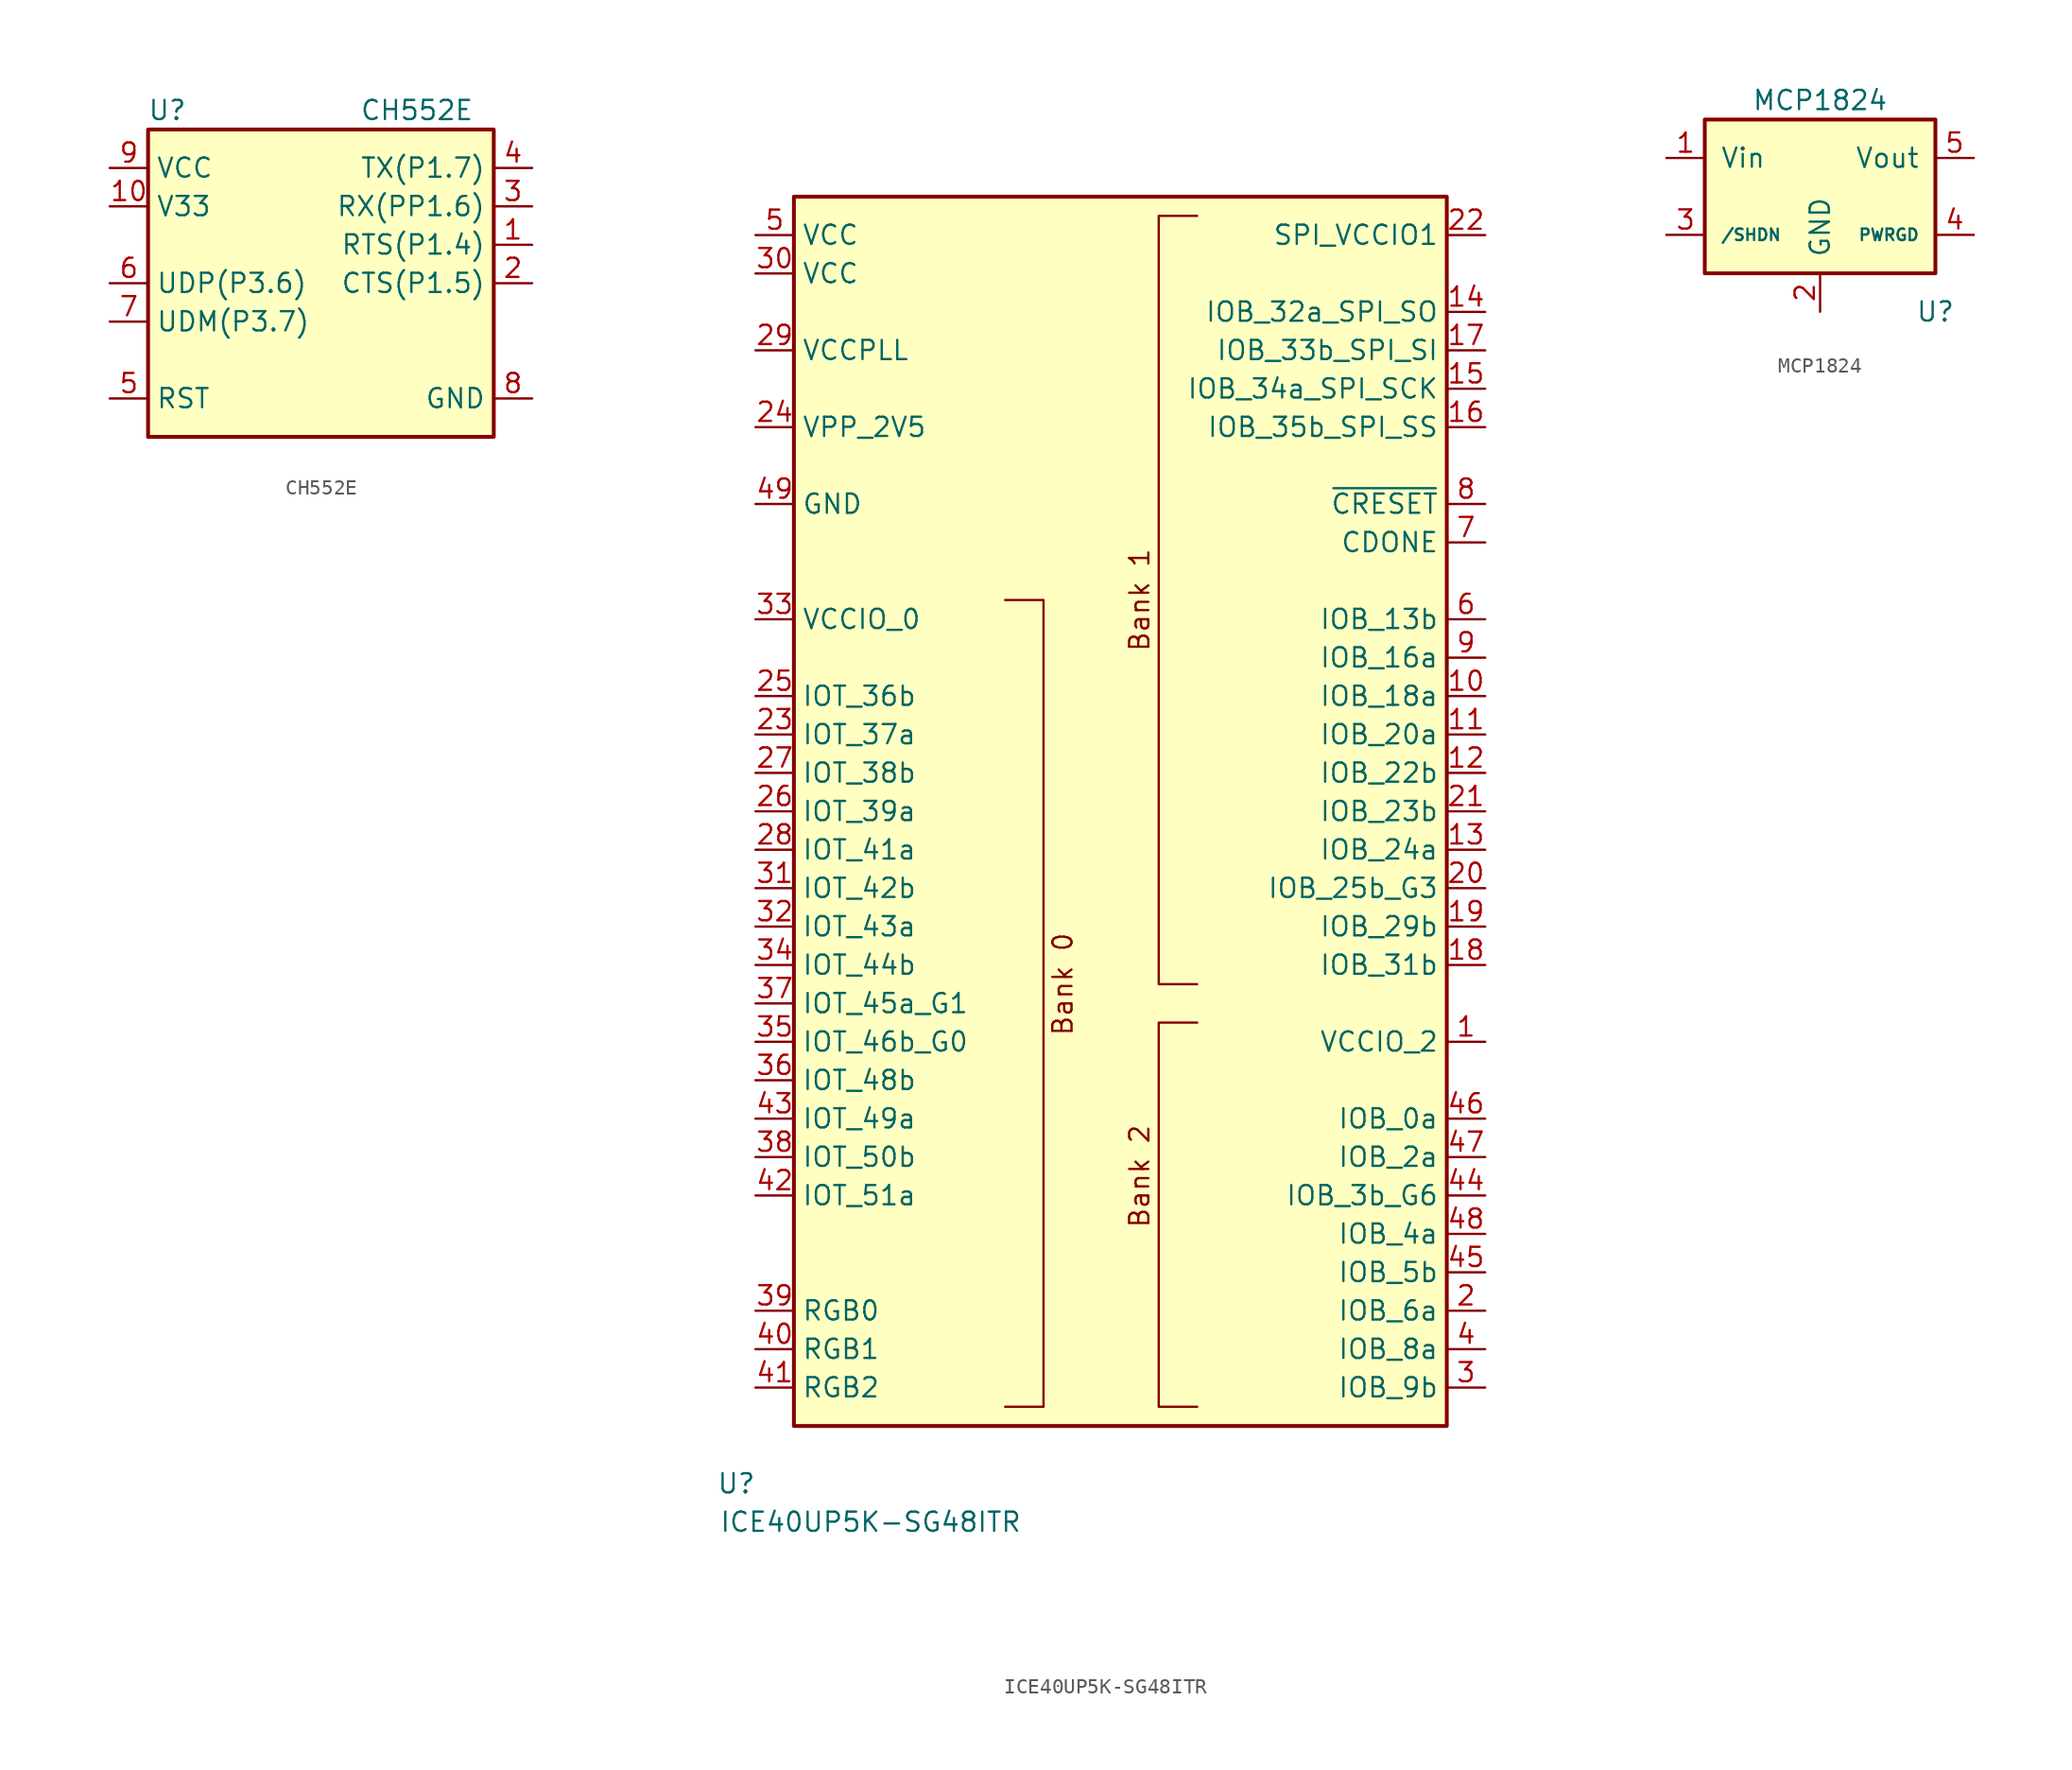
<source format=kicad_sym>
(kicad_symbol_lib
  (version 20211014)
  (generator kicad_symbol_editor)
  (symbol "CH552E"
    (property "Reference" "U"
      (at -8.89 3.81 0)
      (effects (font (size 1.27 1.27))))
    (property "Value" "CH552E"
      (at 7.62 3.81 0)
      (effects (font (size 1.27 1.27))))
    (symbol "CH552E_0_1"
      (rectangle (start -10.16 2.54) (end 12.7 -17.78) (stroke (width 0.254) (type default) (color 0 0 0 0)) (fill (type background))))
    (symbol "CH552E_1_1"
      (pin output line (at 15.24 -5.08 180) (length 2.54) (name "RTS(P1.4)" (effects (font (size 1.27 1.27)))) (number "1" (effects (font (size 1.27 1.27)))))
      (pin passive line (at -12.7 -2.54 0) (length 2.54) (name "V33" (effects (font (size 1.27 1.27)))) (number "10" (effects (font (size 1.27 1.27)))))
      (pin input line (at 15.24 -7.62 180) (length 2.54) (name "CTS(P1.5)" (effects (font (size 1.27 1.27)))) (number "2" (effects (font (size 1.27 1.27)))))
      (pin input line (at 15.24 -2.54 180) (length 2.54) (name "RX(PP1.6)" (effects (font (size 1.27 1.27)))) (number "3" (effects (font (size 1.27 1.27)))))
      (pin output line (at 15.24 0 180) (length 2.54) (name "TX(P1.7)" (effects (font (size 1.27 1.27)))) (number "4" (effects (font (size 1.27 1.27)))))
      (pin bidirectional line (at -12.7 -15.24 0) (length 2.54) (name "RST" (effects (font (size 1.27 1.27)))) (number "5" (effects (font (size 1.27 1.27)))))
      (pin bidirectional line (at -12.7 -7.62 0) (length 2.54) (name "UDP(P3.6)" (effects (font (size 1.27 1.27)))) (number "6" (effects (font (size 1.27 1.27)))))
      (pin bidirectional line (at -12.7 -10.16 0) (length 2.54) (name "UDM(P3.7)" (effects (font (size 1.27 1.27)))) (number "7" (effects (font (size 1.27 1.27)))))
      (pin power_in line (at 15.24 -15.24 180) (length 2.54) (name "GND" (effects (font (size 1.27 1.27)))) (number "8" (effects (font (size 1.27 1.27)))))
      (pin power_in line (at -12.7 0 0) (length 2.54) (name "VCC" (effects (font (size 1.27 1.27)))) (number "9" (effects (font (size 1.27 1.27)))))))
  (symbol "ICE40UP5K-SG48ITR"
    (property "Reference" "U"
      (at -24.13 -44.45 0)
      (effects (font (size 1.27 1.27))))
    (property "Value" "ICE40UP5K-SG48ITR"
      (at -15.24 -46.99 0)
      (effects (font (size 1.27 1.27))))
    (symbol "ICE40UP5K-SG48ITR_0_0"
      (polyline (pts (xy -6.35 13.97) (xy -3.81 13.97) (xy -3.81 -39.37) (xy -6.35 -39.37)) (stroke (width 0) (type default) (color 0 0 0 0)) (fill (type none)))
      (polyline (pts (xy 6.35 -39.37) (xy 3.81 -39.37) (xy 3.81 -13.97) (xy 6.35 -13.97)) (stroke (width 0) (type default) (color 0 0 0 0)) (fill (type none)))
      (polyline (pts (xy 6.35 -11.43) (xy 3.81 -11.43) (xy 3.81 39.37) (xy 6.35 39.37)) (stroke (width 0) (type default) (color 0 0 0 0)) (fill (type none)))
      (text "Bank 0" (at -2.54 -11.43 900) (effects (font (size 1.27 1.27))))
      (text "Bank 1" (at 2.54 13.97 900) (effects (font (size 1.27 1.27))))
      (text "Bank 2" (at 2.54 -24.13 900) (effects (font (size 1.27 1.27)))))
    (symbol "ICE40UP5K-SG48ITR_1_1"
      (rectangle (start -20.32 40.64) (end 22.86 -40.64) (stroke (width 0.254) (type default) (color 0 0 0 0)) (fill (type background)))
      (pin power_in line (at 25.4 -15.24 180) (length 2.54) (name "VCCIO_2" (effects (font (size 1.27 1.27)))) (number "1" (effects (font (size 1.27 1.27)))))
      (pin bidirectional line (at 25.4 7.62 180) (length 2.54) (name "IOB_18a" (effects (font (size 1.27 1.27)))) (number "10" (effects (font (size 1.27 1.27)))))
      (pin bidirectional line (at 25.4 5.08 180) (length 2.54) (name "IOB_20a" (effects (font (size 1.27 1.27)))) (number "11" (effects (font (size 1.27 1.27)))))
      (pin bidirectional line (at 25.4 2.54 180) (length 2.54) (name "IOB_22b" (effects (font (size 1.27 1.27)))) (number "12" (effects (font (size 1.27 1.27)))))
      (pin bidirectional line (at 25.4 -2.54 180) (length 2.54) (name "IOB_24a" (effects (font (size 1.27 1.27)))) (number "13" (effects (font (size 1.27 1.27)))))
      (pin bidirectional line (at 25.4 33.02 180) (length 2.54) (name "IOB_32a_SPI_SO" (effects (font (size 1.27 1.27)))) (number "14" (effects (font (size 1.27 1.27)))))
      (pin bidirectional line (at 25.4 27.94 180) (length 2.54) (name "IOB_34a_SPI_SCK" (effects (font (size 1.27 1.27)))) (number "15" (effects (font (size 1.27 1.27)))))
      (pin bidirectional line (at 25.4 25.4 180) (length 2.54) (name "IOB_35b_SPI_SS" (effects (font (size 1.27 1.27)))) (number "16" (effects (font (size 1.27 1.27)))))
      (pin bidirectional line (at 25.4 30.48 180) (length 2.54) (name "IOB_33b_SPI_SI" (effects (font (size 1.27 1.27)))) (number "17" (effects (font (size 1.27 1.27)))))
      (pin bidirectional line (at 25.4 -10.16 180) (length 2.54) (name "IOB_31b" (effects (font (size 1.27 1.27)))) (number "18" (effects (font (size 1.27 1.27)))))
      (pin bidirectional line (at 25.4 -7.62 180) (length 2.54) (name "IOB_29b" (effects (font (size 1.27 1.27)))) (number "19" (effects (font (size 1.27 1.27)))))
      (pin bidirectional line (at 25.4 -33.02 180) (length 2.54) (name "IOB_6a" (effects (font (size 1.27 1.27)))) (number "2" (effects (font (size 1.27 1.27)))))
      (pin bidirectional line (at 25.4 -5.08 180) (length 2.54) (name "IOB_25b_G3" (effects (font (size 1.27 1.27)))) (number "20" (effects (font (size 1.27 1.27)))))
      (pin bidirectional line (at 25.4 0 180) (length 2.54) (name "IOB_23b" (effects (font (size 1.27 1.27)))) (number "21" (effects (font (size 1.27 1.27)))))
      (pin power_in line (at 25.4 38.1 180) (length 2.54) (name "SPI_VCCIO1" (effects (font (size 1.27 1.27)))) (number "22" (effects (font (size 1.27 1.27)))))
      (pin bidirectional line (at -22.86 5.08 0) (length 2.54) (name "IOT_37a" (effects (font (size 1.27 1.27)))) (number "23" (effects (font (size 1.27 1.27)))))
      (pin power_in line (at -22.86 25.4 0) (length 2.54) (name "VPP_2V5" (effects (font (size 1.27 1.27)))) (number "24" (effects (font (size 1.27 1.27)))))
      (pin bidirectional line (at -22.86 7.62 0) (length 2.54) (name "IOT_36b" (effects (font (size 1.27 1.27)))) (number "25" (effects (font (size 1.27 1.27)))))
      (pin bidirectional line (at -22.86 0 0) (length 2.54) (name "IOT_39a" (effects (font (size 1.27 1.27)))) (number "26" (effects (font (size 1.27 1.27)))))
      (pin bidirectional line (at -22.86 2.54 0) (length 2.54) (name "IOT_38b" (effects (font (size 1.27 1.27)))) (number "27" (effects (font (size 1.27 1.27)))))
      (pin bidirectional line (at -22.86 -2.54 0) (length 2.54) (name "IOT_41a" (effects (font (size 1.27 1.27)))) (number "28" (effects (font (size 1.27 1.27)))))
      (pin power_in line (at -22.86 30.48 0) (length 2.54) (name "VCCPLL" (effects (font (size 1.27 1.27)))) (number "29" (effects (font (size 1.27 1.27)))))
      (pin bidirectional line (at 25.4 -38.1 180) (length 2.54) (name "IOB_9b" (effects (font (size 1.27 1.27)))) (number "3" (effects (font (size 1.27 1.27)))))
      (pin power_in line (at -22.86 35.56 0) (length 2.54) (name "VCC" (effects (font (size 1.27 1.27)))) (number "30" (effects (font (size 1.27 1.27)))))
      (pin bidirectional line (at -22.86 -5.08 0) (length 2.54) (name "IOT_42b" (effects (font (size 1.27 1.27)))) (number "31" (effects (font (size 1.27 1.27)))))
      (pin bidirectional line (at -22.86 -7.62 0) (length 2.54) (name "IOT_43a" (effects (font (size 1.27 1.27)))) (number "32" (effects (font (size 1.27 1.27)))))
      (pin power_in line (at -22.86 12.7 0) (length 2.54) (name "VCCIO_0" (effects (font (size 1.27 1.27)))) (number "33" (effects (font (size 1.27 1.27)))))
      (pin bidirectional line (at -22.86 -10.16 0) (length 2.54) (name "IOT_44b" (effects (font (size 1.27 1.27)))) (number "34" (effects (font (size 1.27 1.27)))))
      (pin bidirectional line (at -22.86 -15.24 0) (length 2.54) (name "IOT_46b_G0" (effects (font (size 1.27 1.27)))) (number "35" (effects (font (size 1.27 1.27)))))
      (pin bidirectional line (at -22.86 -17.78 0) (length 2.54) (name "IOT_48b" (effects (font (size 1.27 1.27)))) (number "36" (effects (font (size 1.27 1.27)))))
      (pin bidirectional line (at -22.86 -12.7 0) (length 2.54) (name "IOT_45a_G1" (effects (font (size 1.27 1.27)))) (number "37" (effects (font (size 1.27 1.27)))))
      (pin bidirectional line (at -22.86 -22.86 0) (length 2.54) (name "IOT_50b" (effects (font (size 1.27 1.27)))) (number "38" (effects (font (size 1.27 1.27)))))
      (pin open_collector line (at -22.86 -33.02 0) (length 2.54) (name "RGB0" (effects (font (size 1.27 1.27)))) (number "39" (effects (font (size 1.27 1.27)))))
      (pin bidirectional line (at 25.4 -35.56 180) (length 2.54) (name "IOB_8a" (effects (font (size 1.27 1.27)))) (number "4" (effects (font (size 1.27 1.27)))))
      (pin open_collector line (at -22.86 -35.56 0) (length 2.54) (name "RGB1" (effects (font (size 1.27 1.27)))) (number "40" (effects (font (size 1.27 1.27)))))
      (pin open_collector line (at -22.86 -38.1 0) (length 2.54) (name "RGB2" (effects (font (size 1.27 1.27)))) (number "41" (effects (font (size 1.27 1.27)))))
      (pin bidirectional line (at -22.86 -25.4 0) (length 2.54) (name "IOT_51a" (effects (font (size 1.27 1.27)))) (number "42" (effects (font (size 1.27 1.27)))))
      (pin bidirectional line (at -22.86 -20.32 0) (length 2.54) (name "IOT_49a" (effects (font (size 1.27 1.27)))) (number "43" (effects (font (size 1.27 1.27)))))
      (pin bidirectional line (at 25.4 -25.4 180) (length 2.54) (name "IOB_3b_G6" (effects (font (size 1.27 1.27)))) (number "44" (effects (font (size 1.27 1.27)))))
      (pin bidirectional line (at 25.4 -30.48 180) (length 2.54) (name "IOB_5b" (effects (font (size 1.27 1.27)))) (number "45" (effects (font (size 1.27 1.27)))))
      (pin bidirectional line (at 25.4 -20.32 180) (length 2.54) (name "IOB_0a" (effects (font (size 1.27 1.27)))) (number "46" (effects (font (size 1.27 1.27)))))
      (pin bidirectional line (at 25.4 -22.86 180) (length 2.54) (name "IOB_2a" (effects (font (size 1.27 1.27)))) (number "47" (effects (font (size 1.27 1.27)))))
      (pin bidirectional line (at 25.4 -27.94 180) (length 2.54) (name "IOB_4a" (effects (font (size 1.27 1.27)))) (number "48" (effects (font (size 1.27 1.27)))))
      (pin power_in line (at -22.86 20.32 0) (length 2.54) (name "GND" (effects (font (size 1.27 1.27)))) (number "49" (effects (font (size 1.27 1.27)))))
      (pin power_in line (at -22.86 38.1 0) (length 2.54) (name "VCC" (effects (font (size 1.27 1.27)))) (number "5" (effects (font (size 1.27 1.27)))))
      (pin bidirectional line (at 25.4 12.7 180) (length 2.54) (name "IOB_13b" (effects (font (size 1.27 1.27)))) (number "6" (effects (font (size 1.27 1.27)))))
      (pin open_collector line (at 25.4 17.78 180) (length 2.54) (name "CDONE" (effects (font (size 1.27 1.27)))) (number "7" (effects (font (size 1.27 1.27)))))
      (pin input line (at 25.4 20.32 180) (length 2.54) (name "~{CRESET}" (effects (font (size 1.27 1.27)))) (number "8" (effects (font (size 1.27 1.27)))))
      (pin bidirectional line (at 25.4 10.16 180) (length 2.54) (name "IOB_16a" (effects (font (size 1.27 1.27)))) (number "9" (effects (font (size 1.27 1.27)))))))
  (symbol "MCP1824"
    (pin_names
      (offset 1.016))
    (property "Reference" "U"
      (at 7.62 -6.35 0)
      (effects (font (size 1.27 1.27))))
    (property "Value" "MCP1824"
      (at 0 7.62 0)
      (effects (font (size 1.27 1.27))))
    (symbol "MCP1824_1_1"
      (rectangle (start -7.62 6.35) (end 7.62 -3.81) (stroke (width 0.254) (type default) (color 0 0 0 0)) (fill (type background)))
      (pin power_in line (at -10.16 3.81 0) (length 2.54) (name "Vin" (effects (font (size 1.27 1.27)))) (number "1" (effects (font (size 1.27 1.27)))))
      (pin power_in line (at 0 -6.35 90) (length 2.54) (name "GND" (effects (font (size 1.27 1.27)))) (number "2" (effects (font (size 1.27 1.27)))))
      (pin input line (at -10.16 -1.27 0) (length 2.54) (name "/SHDN" (effects (font (size 0.762 0.762)))) (number "3" (effects (font (size 1.27 1.27)))))
      (pin open_collector line (at 10.16 -1.27 180) (length 2.54) (name "PWRGD" (effects (font (size 0.762 0.762)))) (number "4" (effects (font (size 1.27 1.27)))))
      (pin power_out line (at 10.16 3.81 180) (length 2.54) (name "Vout" (effects (font (size 1.27 1.27)))) (number "5" (effects (font (size 1.27 1.27))))))))
</source>
